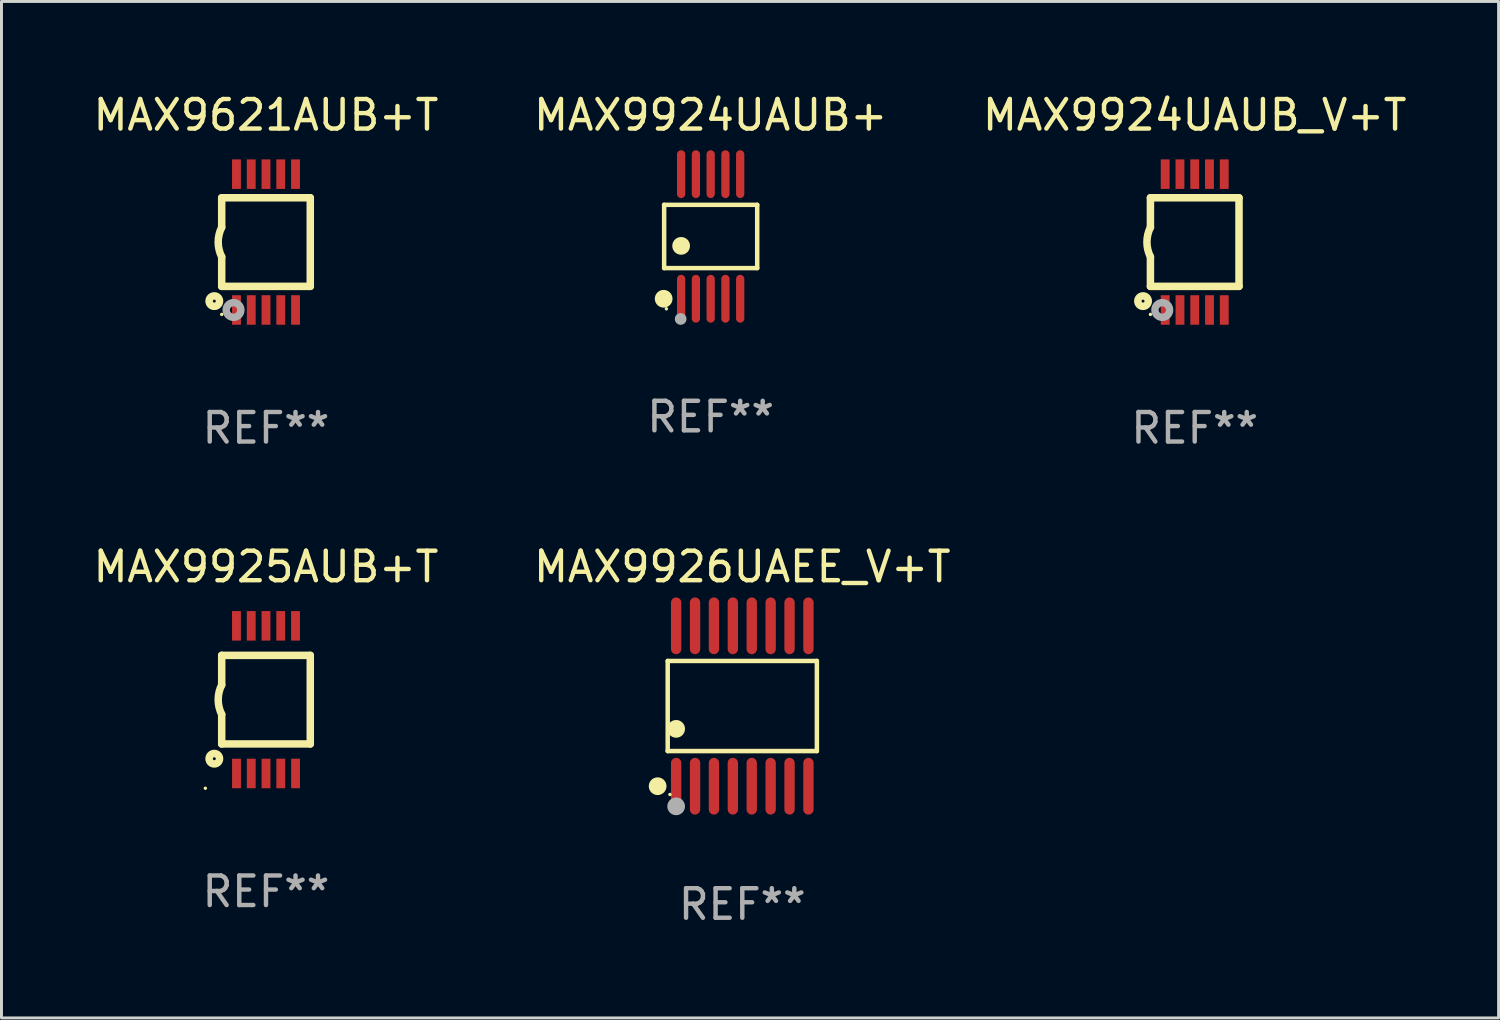
<source format=kicad_pcb>
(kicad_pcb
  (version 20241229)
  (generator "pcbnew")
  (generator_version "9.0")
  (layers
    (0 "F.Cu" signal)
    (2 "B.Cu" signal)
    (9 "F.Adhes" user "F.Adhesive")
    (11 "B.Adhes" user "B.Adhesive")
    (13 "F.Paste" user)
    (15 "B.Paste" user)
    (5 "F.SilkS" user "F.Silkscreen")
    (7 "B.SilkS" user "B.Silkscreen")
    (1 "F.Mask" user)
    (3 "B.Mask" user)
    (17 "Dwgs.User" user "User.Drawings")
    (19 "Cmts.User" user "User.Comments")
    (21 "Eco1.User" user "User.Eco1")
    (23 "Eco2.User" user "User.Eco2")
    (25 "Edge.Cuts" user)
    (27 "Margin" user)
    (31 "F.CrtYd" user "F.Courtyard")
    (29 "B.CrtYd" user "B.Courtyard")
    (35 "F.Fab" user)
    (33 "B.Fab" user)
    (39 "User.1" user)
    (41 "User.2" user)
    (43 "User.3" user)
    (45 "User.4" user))
  (footprint "MAX9924UAUB+"
    (layer "F.Cu")
    (at 21.018 4.958)
    (property "Reference" "MAX9924UAUB+" (at 0 -4.11 0) (layer "F.SilkS") (effects (font (size 1 1) (thickness 0.15))))
    (attr through_hole)
    (fp_line (start -1.576 -1.071) (end 1.576 -1.071) (stroke (width 0.152) (type solid)) (layer "F.SilkS"))
    (fp_line (start -1.576 1.071) (end -1.576 -1.071) (stroke (width 0.152) (type solid)) (layer "F.SilkS"))
    (fp_line (start 1.576 -1.071) (end 1.576 1.071) (stroke (width 0.152) (type solid)) (layer "F.SilkS"))
    (fp_line (start 1.576 1.071) (end -1.576 1.071) (stroke (width 0.152) (type solid)) (layer "F.SilkS"))
    (fp_circle (center -1.592 2.11) (end -1.442 2.11) (stroke (width 0.3) (type solid)) (fill no) (layer "F.SilkS"))
    (fp_circle (center -1.5 2.45) (end -1.47 2.45) (stroke (width 0.06) (type solid)) (fill no) (layer "F.SilkS"))
    (fp_circle (center -1 0.319) (end -0.85 0.319) (stroke (width 0.3) (type solid)) (fill no) (layer "F.SilkS"))
    (fp_circle (center -1.016 2.794) (end -0.916 2.794) (stroke (width 0.2) (type solid)) (fill no) (layer "F.Fab"))
    (fp_text user "REF**" (at 0 6.11 0) (layer "F.Fab") (effects (font (size 1 1) (thickness 0.15))))
    (pad "1" smd oval (at -1 2.11) (size 0.28 1.62) (layers "F.Cu" "F.Mask" "F.Paste"))
    (pad "2" smd oval (at -0.5 2.11) (size 0.28 1.62) (layers "F.Cu" "F.Mask" "F.Paste"))
    (pad "3" smd oval (at 0 2.11) (size 0.28 1.62) (layers "F.Cu" "F.Mask" "F.Paste"))
    (pad "4" smd oval (at 0.5 2.11) (size 0.28 1.62) (layers "F.Cu" "F.Mask" "F.Paste"))
    (pad "5" smd oval (at 1 2.11) (size 0.28 1.62) (layers "F.Cu" "F.Mask" "F.Paste"))
    (pad "6" smd oval (at 1 -2.11) (size 0.28 1.62) (layers "F.Cu" "F.Mask" "F.Paste"))
    (pad "7" smd oval (at 0.5 -2.11) (size 0.28 1.62) (layers "F.Cu" "F.Mask" "F.Paste"))
    (pad "8" smd oval (at 0 -2.11) (size 0.28 1.62) (layers "F.Cu" "F.Mask" "F.Paste"))
    (pad "9" smd oval (at -0.5 -2.11) (size 0.28 1.62) (layers "F.Cu" "F.Mask" "F.Paste"))
    (pad "10" smd oval (at -1 -2.11) (size 0.28 1.62) (layers "F.Cu" "F.Mask" "F.Paste")))
  (footprint "MAX9925AUB+T"
    (layer "F.Cu")
    (at 5.958 20.645)
    (property "Reference" "MAX9925AUB+T" (at 0 -4.5 0) (layer "F.SilkS") (effects (font (size 1 1) (thickness 0.15))))
    (attr through_hole)
    (fp_line (start -1.5 -1.5) (end -1.5 -0.5) (stroke (width 0.254) (type solid)) (layer "F.SilkS"))
    (fp_line (start -1.5 1.5) (end -1.5 0.5) (stroke (width 0.254) (type solid)) (layer "F.SilkS"))
    (fp_line (start -1.5 1.5) (end 1.5 1.5) (stroke (width 0.254) (type solid)) (layer "F.SilkS"))
    (fp_line (start 1.5 1.5) (end 1.5 -1.5) (stroke (width 0.254) (type solid)) (layer "F.SilkS"))
    (fp_line (start 1.5 -1.5) (end -1.5 -1.5) (stroke (width 0.254) (type solid)) (layer "F.SilkS"))
    (fp_arc (start -1.500165 0.499873) (mid -1.618199 -0.000127) (end -1.500165 -0.500127) (stroke (width 0.254001) (type solid)) (layer "F.SilkS"))
    (fp_circle (center -2.054 3) (end -2.024 3) (stroke (width 0.06) (type solid)) (fill no) (layer "F.SilkS"))
    (fp_circle (center -1.75 2) (end -1.573 2) (stroke (width 0.254) (type solid)) (fill no) (layer "F.SilkS"))
    (fp_text user "REF**" (at 0 6.5 0) (layer "F.Fab") (effects (font (size 1 1) (thickness 0.15))))
    (pad "1" smd rect (at -0.999 2.5 180) (size 0.3 1) (layers "F.Cu" "F.Mask" "F.Paste"))
    (pad "2" smd rect (at -0.499 2.5 180) (size 0.3 1) (layers "F.Cu" "F.Mask" "F.Paste"))
    (pad "3" smd rect (at 0.001 2.5 180) (size 0.3 1) (layers "F.Cu" "F.Mask" "F.Paste"))
    (pad "4" smd rect (at 0.501 2.5 180) (size 0.3 1) (layers "F.Cu" "F.Mask" "F.Paste"))
    (pad "5" smd rect (at 1.001 2.5 180) (size 0.3 1) (layers "F.Cu" "F.Mask" "F.Paste"))
    (pad "6" smd rect (at 1 -2.5 180) (size 0.3 1) (layers "F.Cu" "F.Mask" "F.Paste"))
    (pad "7" smd rect (at 0.5 -2.5 180) (size 0.3 1) (layers "F.Cu" "F.Mask" "F.Paste"))
    (pad "8" smd rect (at -0.000165 -2.5 180) (size 0.3 1) (layers "F.Cu" "F.Mask" "F.Paste"))
    (pad "9" smd rect (at -0.5 -2.5 180) (size 0.3 1) (layers "F.Cu" "F.Mask" "F.Paste"))
    (pad "10" smd rect (at -1 -2.5 180) (size 0.3 1) (layers "F.Cu" "F.Mask" "F.Paste")))
  (footprint "MAX9926UAEE_V+T"
    (layer "F.Cu")
    (at 22.089 20.86)
    (property "Reference" "MAX9926UAEE_V+T" (at 0 -4.716 0) (layer "F.SilkS") (effects (font (size 1 1) (thickness 0.15))))
    (attr through_hole)
    (fp_line (start -2.526 -1.526) (end 2.526 -1.526) (stroke (width 0.152) (type solid)) (layer "F.SilkS"))
    (fp_line (start -2.526 1.526) (end -2.526 -1.526) (stroke (width 0.152) (type solid)) (layer "F.SilkS"))
    (fp_line (start 2.526 -1.526) (end 2.526 1.526) (stroke (width 0.152) (type solid)) (layer "F.SilkS"))
    (fp_line (start 2.526 1.526) (end -2.526 1.526) (stroke (width 0.152) (type solid)) (layer "F.SilkS"))
    (fp_circle (center -2.867 2.716) (end -2.717 2.716) (stroke (width 0.3) (type solid)) (fill no) (layer "F.SilkS"))
    (fp_circle (center -2.45 2.997) (end -2.42 2.997) (stroke (width 0.06) (type solid)) (fill no) (layer "F.SilkS"))
    (fp_circle (center -2.24 0.774) (end -2.09 0.774) (stroke (width 0.3) (type solid)) (fill no) (layer "F.SilkS"))
    (fp_circle (center -2.24 3.398) (end -2.09 3.398) (stroke (width 0.3) (type solid)) (fill no) (layer "F.Fab"))
    (fp_text user "REF**" (at 0 6.716 0) (layer "F.Fab") (effects (font (size 1 1) (thickness 0.15))))
    (pad "1" smd oval (at -2.24 2.716) (size 0.35 1.922) (layers "F.Cu" "F.Mask" "F.Paste"))
    (pad "2" smd oval (at -1.6 2.716) (size 0.35 1.922) (layers "F.Cu" "F.Mask" "F.Paste"))
    (pad "3" smd oval (at -0.96 2.716) (size 0.35 1.922) (layers "F.Cu" "F.Mask" "F.Paste"))
    (pad "4" smd oval (at -0.32 2.716) (size 0.35 1.922) (layers "F.Cu" "F.Mask" "F.Paste"))
    (pad "5" smd oval (at 0.32 2.716) (size 0.35 1.922) (layers "F.Cu" "F.Mask" "F.Paste"))
    (pad "6" smd oval (at 0.96 2.716) (size 0.35 1.922) (layers "F.Cu" "F.Mask" "F.Paste"))
    (pad "7" smd oval (at 1.6 2.716) (size 0.35 1.922) (layers "F.Cu" "F.Mask" "F.Paste"))
    (pad "8" smd oval (at 2.24 2.716) (size 0.35 1.922) (layers "F.Cu" "F.Mask" "F.Paste"))
    (pad "9" smd oval (at 2.24 -2.716) (size 0.35 1.922) (layers "F.Cu" "F.Mask" "F.Paste"))
    (pad "10" smd oval (at 1.6 -2.716) (size 0.35 1.922) (layers "F.Cu" "F.Mask" "F.Paste"))
    (pad "11" smd oval (at 0.96 -2.716) (size 0.35 1.922) (layers "F.Cu" "F.Mask" "F.Paste"))
    (pad "12" smd oval (at 0.32 -2.716) (size 0.35 1.922) (layers "F.Cu" "F.Mask" "F.Paste"))
    (pad "13" smd oval (at -0.32 -2.716) (size 0.35 1.922) (layers "F.Cu" "F.Mask" "F.Paste"))
    (pad "14" smd oval (at -0.96 -2.716) (size 0.35 1.922) (layers "F.Cu" "F.Mask" "F.Paste"))
    (pad "15" smd oval (at -1.6 -2.716) (size 0.35 1.922) (layers "F.Cu" "F.Mask" "F.Paste"))
    (pad "16" smd oval (at -2.24 -2.716) (size 0.35 1.922) (layers "F.Cu" "F.Mask" "F.Paste")))
  (footprint "MAX9924UAUB_V+T"
    (layer "F.Cu")
    (at 37.411 5.148)
    (property "Reference" "MAX9924UAUB_V+T" (at 0 -4.3 0) (layer "F.SilkS") (effects (font (size 1 1) (thickness 0.15))))
    (attr through_hole)
    (fp_line (start -1.5 -1.5) (end -1.5 -0.5) (stroke (width 0.254) (type solid)) (layer "F.SilkS"))
    (fp_line (start -1.5 1.5) (end -1.5 0.5) (stroke (width 0.254) (type solid)) (layer "F.SilkS"))
    (fp_line (start -1.5 1.5) (end 1.5 1.5) (stroke (width 0.254) (type solid)) (layer "F.SilkS"))
    (fp_line (start 1.5 1.5) (end 1.5 -1.5) (stroke (width 0.254) (type solid)) (layer "F.SilkS"))
    (fp_line (start 1.5 -1.5) (end -1.5 -1.5) (stroke (width 0.254) (type solid)) (layer "F.SilkS"))
    (fp_arc (start -1.500165 0.5) (mid -1.618199 0) (end -1.500165 -0.5) (stroke (width 0.254001) (type solid)) (layer "F.SilkS"))
    (fp_circle (center -1.75 2) (end -1.573 2) (stroke (width 0.254) (type solid)) (fill no) (layer "F.SilkS"))
    (fp_circle (center -1.499 2.45) (end -1.469 2.45) (stroke (width 0.06) (type solid)) (fill no) (layer "F.SilkS"))
    (fp_circle (center -1.099 2.3) (end -0.975 2.3) (stroke (width 0.25) (type solid)) (fill no) (layer "F.Fab"))
    (fp_text user "REF**" (at 0 6.3 0) (layer "F.Fab") (effects (font (size 1 1) (thickness 0.15))))
    (pad "1" smd rect (at -0.999 2.3 180) (size 0.3 1) (layers "F.Cu" "F.Mask" "F.Paste"))
    (pad "2" smd rect (at -0.499 2.3 180) (size 0.3 1) (layers "F.Cu" "F.Mask" "F.Paste"))
    (pad "3" smd rect (at 0.001 2.3 180) (size 0.3 1) (layers "F.Cu" "F.Mask" "F.Paste"))
    (pad "4" smd rect (at 0.501 2.3 180) (size 0.3 1) (layers "F.Cu" "F.Mask" "F.Paste"))
    (pad "5" smd rect (at 1.001 2.3 180) (size 0.3 1) (layers "F.Cu" "F.Mask" "F.Paste"))
    (pad "6" smd rect (at 1 -2.3 180) (size 0.3 1) (layers "F.Cu" "F.Mask" "F.Paste"))
    (pad "7" smd rect (at 0.5 -2.3 180) (size 0.3 1) (layers "F.Cu" "F.Mask" "F.Paste"))
    (pad "8" smd rect (at -0.000165 -2.3 180) (size 0.3 1) (layers "F.Cu" "F.Mask" "F.Paste"))
    (pad "9" smd rect (at -0.5 -2.3 180) (size 0.3 1) (layers "F.Cu" "F.Mask" "F.Paste"))
    (pad "10" smd rect (at -1 -2.3 180) (size 0.3 1) (layers "F.Cu" "F.Mask" "F.Paste")))
  (footprint "MAX9621AUB+T"
    (layer "F.Cu")
    (at 5.958 5.148)
    (property "Reference" "MAX9621AUB+T" (at 0 -4.3 0) (layer "F.SilkS") (effects (font (size 1 1) (thickness 0.15))))
    (attr through_hole)
    (fp_line (start -1.5 -1.5) (end -1.5 -0.5) (stroke (width 0.254) (type solid)) (layer "F.SilkS"))
    (fp_line (start -1.5 1.5) (end -1.5 0.5) (stroke (width 0.254) (type solid)) (layer "F.SilkS"))
    (fp_line (start -1.5 1.5) (end 1.5 1.5) (stroke (width 0.254) (type solid)) (layer "F.SilkS"))
    (fp_line (start 1.5 1.5) (end 1.5 -1.5) (stroke (width 0.254) (type solid)) (layer "F.SilkS"))
    (fp_line (start 1.5 -1.5) (end -1.5 -1.5) (stroke (width 0.254) (type solid)) (layer "F.SilkS"))
    (fp_arc (start -1.500165 0.5) (mid -1.618199 0) (end -1.500165 -0.5) (stroke (width 0.254001) (type solid)) (layer "F.SilkS"))
    (fp_circle (center -1.75 2) (end -1.573 2) (stroke (width 0.254) (type solid)) (fill no) (layer "F.SilkS"))
    (fp_circle (center -1.499 2.45) (end -1.469 2.45) (stroke (width 0.06) (type solid)) (fill no) (layer "F.SilkS"))
    (fp_circle (center -1.099 2.3) (end -0.975 2.3) (stroke (width 0.25) (type solid)) (fill no) (layer "F.Fab"))
    (fp_text user "REF**" (at 0 6.3 0) (layer "F.Fab") (effects (font (size 1 1) (thickness 0.15))))
    (pad "1" smd rect (at -0.999 2.3 180) (size 0.3 1) (layers "F.Cu" "F.Mask" "F.Paste"))
    (pad "2" smd rect (at -0.499 2.3 180) (size 0.3 1) (layers "F.Cu" "F.Mask" "F.Paste"))
    (pad "3" smd rect (at 0.001 2.3 180) (size 0.3 1) (layers "F.Cu" "F.Mask" "F.Paste"))
    (pad "4" smd rect (at 0.501 2.3 180) (size 0.3 1) (layers "F.Cu" "F.Mask" "F.Paste"))
    (pad "5" smd rect (at 1.001 2.3 180) (size 0.3 1) (layers "F.Cu" "F.Mask" "F.Paste"))
    (pad "6" smd rect (at 1 -2.3 180) (size 0.3 1) (layers "F.Cu" "F.Mask" "F.Paste"))
    (pad "7" smd rect (at 0.5 -2.3 180) (size 0.3 1) (layers "F.Cu" "F.Mask" "F.Paste"))
    (pad "8" smd rect (at -0.000165 -2.3 180) (size 0.3 1) (layers "F.Cu" "F.Mask" "F.Paste"))
    (pad "9" smd rect (at -0.5 -2.3 180) (size 0.3 1) (layers "F.Cu" "F.Mask" "F.Paste"))
    (pad "10" smd rect (at -1 -2.3 180) (size 0.3 1) (layers "F.Cu" "F.Mask" "F.Paste")))
  (gr_rect
    (start -3 -3)
    (end 47.702 31.424)
    (stroke (width 0.1) (type default))
    (fill no)
    (layer "Edge.Cuts")))
</source>
